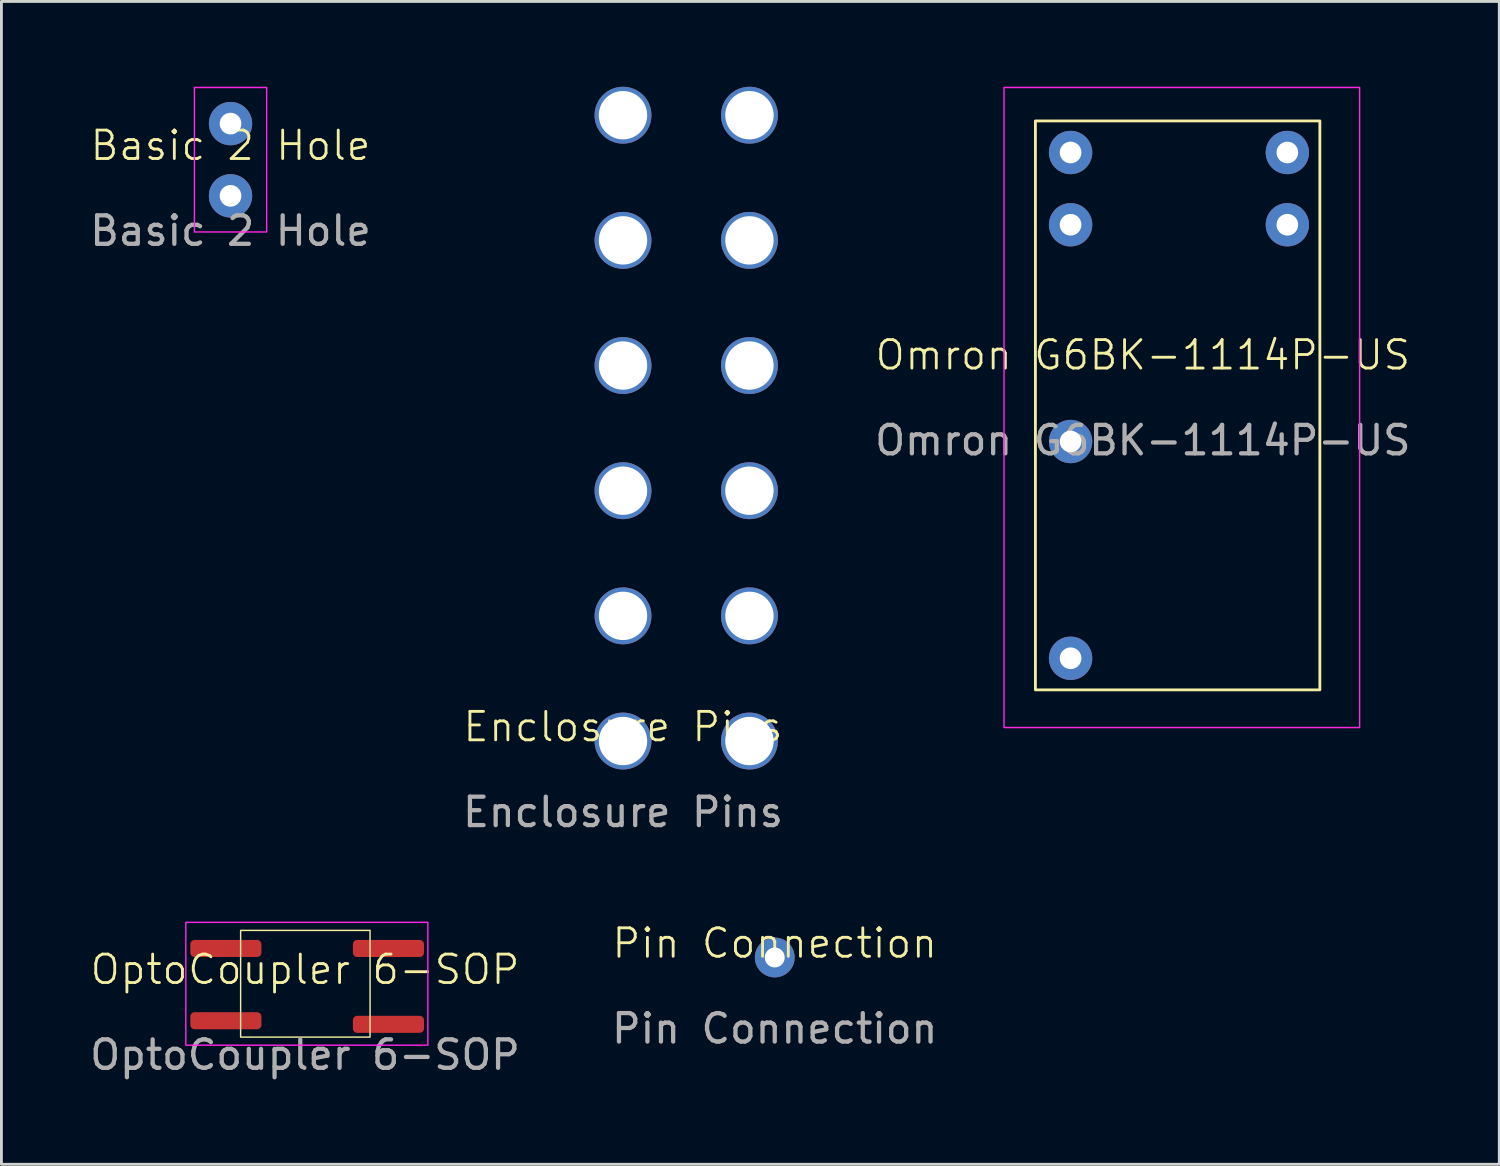
<source format=kicad_pcb>
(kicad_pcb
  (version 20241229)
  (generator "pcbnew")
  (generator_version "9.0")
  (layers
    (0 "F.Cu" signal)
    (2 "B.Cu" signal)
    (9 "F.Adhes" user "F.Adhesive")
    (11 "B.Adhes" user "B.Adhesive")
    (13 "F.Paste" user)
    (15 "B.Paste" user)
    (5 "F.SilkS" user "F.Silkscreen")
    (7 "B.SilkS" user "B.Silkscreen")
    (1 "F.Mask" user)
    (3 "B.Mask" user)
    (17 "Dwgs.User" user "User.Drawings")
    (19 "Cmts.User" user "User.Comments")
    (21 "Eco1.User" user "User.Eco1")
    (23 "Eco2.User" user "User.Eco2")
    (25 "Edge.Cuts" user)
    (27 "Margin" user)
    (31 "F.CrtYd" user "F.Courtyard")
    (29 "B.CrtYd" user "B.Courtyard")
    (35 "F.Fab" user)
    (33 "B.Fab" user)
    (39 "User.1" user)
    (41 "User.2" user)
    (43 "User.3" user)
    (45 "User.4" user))
  (footprint "Enclosure Pins"
    (layer "F.Cu")
    (at 18.851 23)
    (property "Reference" "Enclosure Pins" (at 0 -0.5 0) (unlocked yes) (layer "F.SilkS") (effects (font (size 1 1) (thickness 0.1))))
    (attr through_hole)
    (fp_text user "${REFERENCE}" (at 0 2.5 0) (unlocked yes) (layer "F.Fab") (effects (font (size 1 1) (thickness 0.15))))
    (pad "1" thru_hole circle (at 0 -22) (size 2 2) (drill 1.7) (layers "*.Cu" "*.Mask"))
    (pad "1" thru_hole circle (at 0 -17.6) (size 2 2) (drill 1.7) (layers "*.Cu" "*.Mask"))
    (pad "1" thru_hole circle (at 0 -13.2) (size 2 2) (drill 1.7) (layers "*.Cu" "*.Mask"))
    (pad "1" thru_hole circle (at 0 -8.8) (size 2 2) (drill 1.7) (layers "*.Cu" "*.Mask"))
    (pad "1" thru_hole circle (at 0 -4.4) (size 2 2) (drill 1.7) (layers "*.Cu" "*.Mask"))
    (pad "1" thru_hole circle (at 0 0) (size 2 2) (drill 1.7) (layers "*.Cu" "*.Mask"))
    (pad "1" thru_hole circle (at 4.445 -22) (size 2 2) (drill 1.7) (layers "*.Cu" "*.Mask"))
    (pad "1" thru_hole circle (at 4.445 -17.6) (size 2 2) (drill 1.7) (layers "*.Cu" "*.Mask"))
    (pad "1" thru_hole circle (at 4.445 -13.2) (size 2 2) (drill 1.7) (layers "*.Cu" "*.Mask"))
    (pad "1" thru_hole circle (at 4.445 -8.8) (size 2 2) (drill 1.7) (layers "*.Cu" "*.Mask"))
    (pad "1" thru_hole circle (at 4.445 -4.4) (size 2 2) (drill 1.7) (layers "*.Cu" "*.Mask"))
    (pad "1" thru_hole circle (at 4.445 0) (size 2 2) (drill 1.7) (layers "*.Cu" "*.Mask")))
  (footprint "Pin Connection"
    (layer "F.Cu")
    (at 24.185 30.609)
    (property "Reference" "Pin Connection" (at 0 -0.5 0) (unlocked yes) (layer "F.SilkS") (effects (font (size 1 1) (thickness 0.1))))
    (attr through_hole)
    (fp_text user "${REFERENCE}" (at 0 2.5 0) (unlocked yes) (layer "F.Fab") (effects (font (size 1 1) (thickness 0.15))))
    (pad "1" thru_hole circle (at 0 0) (size 1.4 1.4) (drill 0.7) (layers "*.Cu" "*.Mask")))
  (footprint "Omron G6BK-1114P-US"
    (layer "F.Cu")
    (at 37.125 9.931)
    (property "Reference" "Omron G6BK-1114P-US" (at 0 -0.5 0) (unlocked yes) (layer "F.SilkS") (effects (font (size 1 1) (thickness 0.1))))
    (attr through_hole)
    (fp_rect (start -3.777 11.27) (end 6.223 -8.73) (stroke (width 0.1) (type default)) (fill no) (layer "F.SilkS"))
    (fp_rect (start -4.88 -9.906) (end 7.62 12.594) (stroke (width 0.05) (type default)) (fill no) (layer "F.CrtYd"))
    (fp_text user "${REFERENCE}" (at 0 2.5 0) (unlocked yes) (layer "F.Fab") (effects (font (size 1 1) (thickness 0.15))))
    (pad "1" thru_hole circle (at -2.54 -7.62) (size 1.524 1.524) (drill 0.762) (layers "*.Cu" "*.Mask"))
    (pad "2" thru_hole circle (at -2.54 -5.08) (size 1.524 1.524) (drill 0.762) (layers "*.Cu" "*.Mask"))
    (pad "3" thru_hole circle (at -2.54 2.54) (size 1.524 1.524) (drill 0.762) (layers "*.Cu" "*.Mask"))
    (pad "4" thru_hole circle (at -2.54 10.16) (size 1.524 1.524) (drill 0.762) (layers "*.Cu" "*.Mask"))
    (pad "5" thru_hole circle (at 5.08 -5.08) (size 1.524 1.524) (drill 0.762) (layers "*.Cu" "*.Mask"))
    (pad "6" thru_hole circle (at 5.08 -7.62) (size 1.524 1.524) (drill 0.762) (layers "*.Cu" "*.Mask")))
  (footprint "Basic 2 Hole"
    (layer "F.Cu")
    (at 5.054 2.565)
    (property "Reference" "Basic 2 Hole" (at 0 -0.5 0) (unlocked yes) (layer "F.SilkS") (effects (font (size 1 1) (thickness 0.1))))
    (attr through_hole)
    (fp_rect (start -1.27 -2.54) (end 1.27 2.54) (stroke (width 0.05) (type default)) (fill no) (layer "F.CrtYd"))
    (fp_text user "${REFERENCE}" (at 0 2.5 0) (unlocked yes) (layer "F.Fab") (effects (font (size 1 1) (thickness 0.15))))
    (pad "1" thru_hole circle (at 0 -1.27) (size 1.524 1.524) (drill 0.762) (layers "*.Cu" "*.Mask"))
    (pad "2" thru_hole circle (at 0 1.27) (size 1.524 1.524) (drill 0.762) (layers "*.Cu" "*.Mask")))
  (footprint "OptoCoupler 6-SOP"
    (layer "F.Cu")
    (at 7.673 31.532)
    (property "Reference" "OptoCoupler 6-SOP" (at 0 -0.5 0) (unlocked yes) (layer "F.SilkS") (effects (font (size 1 1) (thickness 0.1))))
    (attr smd)
    (fp_rect (start -2.264 -1.875) (end 2.286 1.875) (stroke (width 0.05) (type default)) (fill no) (layer "F.SilkS"))
    (fp_rect (start -4.191 -2.159) (end 4.318 2.159) (stroke (width 0.05) (type default)) (fill no) (layer "F.CrtYd"))
    (fp_text user "${REFERENCE}" (at 0 2.5 0) (unlocked yes) (layer "F.Fab") (effects (font (size 1 1) (thickness 0.15))))
    (pad "1" smd roundrect (at -2.783 -1.24) (size 2.5 0.6) (layers "F.Cu" "F.Mask" "F.Paste") (roundrect_rratio 0.25))
    (pad "2" smd roundrect (at -2.783 1.3) (size 2.5 0.6) (layers "F.Cu" "F.Mask" "F.Paste") (roundrect_rratio 0.25))
    (pad "3" smd roundrect (at 2.932 1.427) (size 2.5 0.6) (layers "F.Cu" "F.Mask" "F.Paste") (roundrect_rratio 0.25))
    (pad "4" smd roundrect (at 2.932 -1.24) (size 2.5 0.6) (layers "F.Cu" "F.Mask" "F.Paste") (roundrect_rratio 0.25)))
  (gr_rect
    (start -3 -3)
    (end 49.655 37.88)
    (stroke (width 0.1) (type default))
    (fill no)
    (layer "Edge.Cuts")))
</source>
